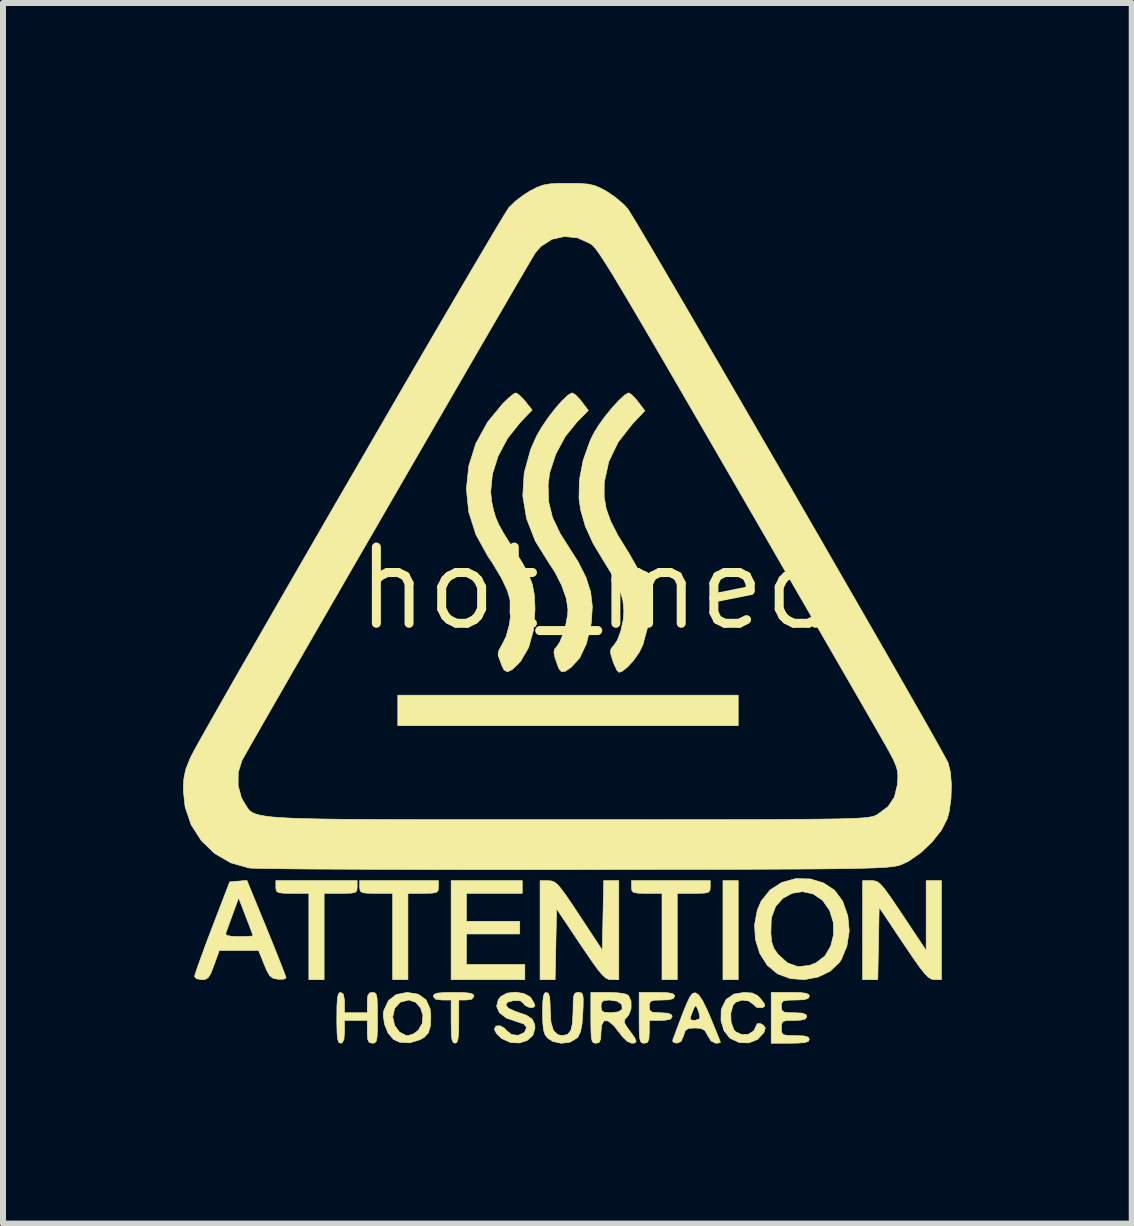
<source format=kicad_pcb>
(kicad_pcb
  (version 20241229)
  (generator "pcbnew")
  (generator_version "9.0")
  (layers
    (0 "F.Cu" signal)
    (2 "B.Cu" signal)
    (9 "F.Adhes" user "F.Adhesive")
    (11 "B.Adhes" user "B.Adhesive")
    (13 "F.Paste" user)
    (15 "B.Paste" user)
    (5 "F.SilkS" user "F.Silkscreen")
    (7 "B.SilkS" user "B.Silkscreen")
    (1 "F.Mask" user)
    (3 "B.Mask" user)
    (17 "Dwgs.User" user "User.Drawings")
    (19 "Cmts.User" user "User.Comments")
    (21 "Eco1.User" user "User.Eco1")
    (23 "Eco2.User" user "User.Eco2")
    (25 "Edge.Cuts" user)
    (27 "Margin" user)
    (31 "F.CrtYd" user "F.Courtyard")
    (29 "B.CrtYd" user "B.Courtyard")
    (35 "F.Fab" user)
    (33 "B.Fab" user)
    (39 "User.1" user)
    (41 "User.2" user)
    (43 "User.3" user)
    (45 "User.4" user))
  (footprint "hot_med"
    (layer "F.Cu")
    (at 6.881 6.757)
    (property "Reference" "hot_med" (at 0 0 0) (layer "F.SilkS") (effects (font (size 1.27 1.27) (thickness 0.15))))
    (attr through_hole)
    (fp_poly (pts (xy 2.371 2.286) (xy -3.302 2.286) (xy -3.302 1.778) (xy 2.371 1.778) (xy 2.371 2.286)) (stroke (width 0.01) (type solid)) (fill yes) (layer "F.SilkS"))
    (fp_poly (pts (xy 2.371 6.519) (xy 2.117 6.519) (xy 2.117 4.868) (xy 2.371 4.868) (xy 2.371 6.519)) (stroke (width 0.01) (type solid)) (fill yes) (layer "F.SilkS"))
    (fp_poly (pts (xy -1.228 5.08) (xy -2.159 5.08) (xy -2.159 5.546) (xy -1.27 5.546) (xy -1.27 5.757) (xy -2.159 5.757) (xy -2.159 6.265) (xy -1.185 6.265) (xy -1.185 6.519) (xy -2.413 6.519) (xy -2.413 4.868) (xy -1.228 4.868) (xy -1.228 5.08)) (stroke (width 0.01) (type solid)) (fill yes) (layer "F.SilkS"))
    (fp_poly (pts (xy -3.979 4.974) (xy -3.984 5.031) (xy -4.011 5.063) (xy -4.08 5.077) (xy -4.21 5.08) (xy -4.255 5.08) (xy -4.53 5.08) (xy -4.53 6.519) (xy -4.784 6.519) (xy -4.784 5.08) (xy -5.059 5.08) (xy -5.207 5.078) (xy -5.289 5.068) (xy -5.325 5.041) (xy -5.334 4.991) (xy -5.334 4.974) (xy -5.334 4.868) (xy -3.979 4.868) (xy -3.979 4.974)) (stroke (width 0.01) (type solid)) (fill yes) (layer "F.SilkS"))
    (fp_poly (pts (xy -2.625 4.974) (xy -2.63 5.033) (xy -2.659 5.064) (xy -2.733 5.077) (xy -2.87 5.08) (xy -2.879 5.08) (xy -3.133 5.08) (xy -3.133 6.519) (xy -3.387 6.519) (xy -3.387 5.08) (xy -3.662 5.08) (xy -3.81 5.078) (xy -3.892 5.068) (xy -3.928 5.041) (xy -3.937 4.991) (xy -3.937 4.974) (xy -3.937 4.868) (xy -2.625 4.868) (xy -2.625 4.974)) (stroke (width 0.01) (type solid)) (fill yes) (layer "F.SilkS"))
    (fp_poly (pts (xy 1.905 4.974) (xy 1.9 5.031) (xy 1.873 5.063) (xy 1.804 5.077) (xy 1.675 5.08) (xy 1.63 5.08) (xy 1.355 5.08) (xy 1.355 6.519) (xy 1.101 6.519) (xy 1.101 5.08) (xy 0.847 5.08) (xy 0.706 5.078) (xy 0.63 5.066) (xy 0.599 5.035) (xy 0.593 4.978) (xy 0.593 4.974) (xy 0.593 4.868) (xy 1.905 4.868) (xy 1.905 4.974)) (stroke (width 0.01) (type solid)) (fill yes) (layer "F.SilkS"))
    (fp_poly (pts (xy -2.197 6.734) (xy -2.093 6.745) (xy -2.043 6.766) (xy -2.032 6.795) (xy -2.07 6.845) (xy -2.159 6.858) (xy -2.286 6.858) (xy -2.286 7.218) (xy -2.289 7.398) (xy -2.299 7.508) (xy -2.318 7.563) (xy -2.349 7.578) (xy -2.381 7.562) (xy -2.401 7.506) (xy -2.41 7.395) (xy -2.413 7.218) (xy -2.413 6.858) (xy -2.561 6.858) (xy -2.671 6.844) (xy -2.709 6.8) (xy -2.709 6.795) (xy -2.693 6.762) (xy -2.636 6.742) (xy -2.521 6.733) (xy -2.371 6.731) (xy -2.197 6.734)) (stroke (width 0.01) (type solid)) (fill yes) (layer "F.SilkS"))
    (fp_poly (pts (xy 4.642 4.872) (xy 4.691 4.889) (xy 4.743 4.93) (xy 4.808 5.005) (xy 4.895 5.123) (xy 5.013 5.296) (xy 5.116 5.45) (xy 5.503 6.032) (xy 5.503 5.45) (xy 5.503 4.868) (xy 5.757 4.868) (xy 5.757 6.519) (xy 5.641 6.518) (xy 5.593 6.51) (xy 5.543 6.481) (xy 5.482 6.421) (xy 5.402 6.321) (xy 5.295 6.17) (xy 5.152 5.959) (xy 5.122 5.915) (xy 4.72 5.313) (xy 4.697 6.519) (xy 4.445 6.519) (xy 4.445 4.868) (xy 4.587 4.868) (xy 4.642 4.872)) (stroke (width 0.01) (type solid)) (fill yes) (layer "F.SilkS"))
    (fp_poly (pts (xy 0.381 6.519) (xy 0.259 6.519) (xy 0.209 6.513) (xy 0.16 6.488) (xy 0.102 6.435) (xy 0.027 6.343) (xy -0.074 6.203) (xy -0.209 6.004) (xy -0.26 5.929) (xy -0.656 5.338) (xy -0.668 5.929) (xy -0.68 6.519) (xy -0.931 6.519) (xy -0.931 4.868) (xy -0.794 4.869) (xy -0.74 4.874) (xy -0.691 4.893) (xy -0.637 4.936) (xy -0.571 5.015) (xy -0.481 5.139) (xy -0.36 5.319) (xy -0.275 5.448) (xy 0.106 6.026) (xy 0.118 5.447) (xy 0.129 4.868) (xy 0.381 4.868) (xy 0.381 6.519)) (stroke (width 0.01) (type solid)) (fill yes) (layer "F.SilkS"))
    (fp_poly (pts (xy 1.177 6.735) (xy 1.269 6.748) (xy 1.308 6.775) (xy 1.312 6.795) (xy 1.29 6.834) (xy 1.211 6.854) (xy 1.101 6.858) (xy 0.975 6.861) (xy 0.912 6.879) (xy 0.891 6.921) (xy 0.889 6.964) (xy 0.897 7.029) (xy 0.936 7.06) (xy 1.028 7.069) (xy 1.079 7.07) (xy 1.205 7.078) (xy 1.262 7.106) (xy 1.27 7.133) (xy 1.245 7.175) (xy 1.16 7.194) (xy 1.079 7.197) (xy 0.889 7.197) (xy 0.889 7.387) (xy 0.883 7.506) (xy 0.86 7.563) (xy 0.81 7.578) (xy 0.804 7.578) (xy 0.766 7.572) (xy 0.741 7.544) (xy 0.727 7.479) (xy 0.721 7.362) (xy 0.72 7.177) (xy 0.72 7.154) (xy 0.72 6.731) (xy 1.016 6.731) (xy 1.177 6.735)) (stroke (width 0.01) (type solid)) (fill yes) (layer "F.SilkS"))
    (fp_poly (pts (xy -2.959 6.762) (xy -2.831 6.855) (xy -2.763 7.007) (xy -2.752 7.128) (xy -2.76 7.296) (xy -2.792 7.404) (xy -2.859 7.477) (xy -2.924 7.516) (xy -3.101 7.571) (xy -3.272 7.561) (xy -3.374 7.514) (xy -3.463 7.41) (xy -3.524 7.26) (xy -3.54 7.14) (xy -3.387 7.14) (xy -3.355 7.28) (xy -3.275 7.391) (xy -3.165 7.448) (xy -3.133 7.451) (xy -3.041 7.422) (xy -2.963 7.366) (xy -2.895 7.25) (xy -2.883 7.117) (xy -2.921 6.992) (xy -3.001 6.897) (xy -3.115 6.858) (xy -3.121 6.858) (xy -3.261 6.894) (xy -3.354 6.995) (xy -3.387 7.14) (xy -3.54 7.14) (xy -3.544 7.103) (xy -3.536 7.036) (xy -3.458 6.868) (xy -3.327 6.766) (xy -3.146 6.731) (xy -3.145 6.731) (xy -2.959 6.762)) (stroke (width 0.01) (type solid)) (fill yes) (layer "F.SilkS"))
    (fp_poly (pts (xy -0.248 6.736) (xy -0.222 6.764) (xy -0.212 6.831) (xy -0.213 6.955) (xy -0.218 7.065) (xy -0.232 7.258) (xy -0.257 7.386) (xy -0.298 7.47) (xy -0.314 7.489) (xy -0.428 7.559) (xy -0.576 7.579) (xy -0.72 7.548) (xy -0.804 7.493) (xy -0.848 7.435) (xy -0.874 7.355) (xy -0.886 7.231) (xy -0.889 7.07) (xy -0.886 6.896) (xy -0.875 6.792) (xy -0.854 6.742) (xy -0.826 6.731) (xy -0.791 6.749) (xy -0.771 6.812) (xy -0.763 6.936) (xy -0.762 7.024) (xy -0.749 7.232) (xy -0.708 7.367) (xy -0.634 7.436) (xy -0.556 7.451) (xy -0.472 7.431) (xy -0.418 7.365) (xy -0.39 7.24) (xy -0.381 7.043) (xy -0.381 7.04) (xy -0.379 6.881) (xy -0.37 6.788) (xy -0.348 6.744) (xy -0.309 6.731) (xy -0.292 6.731) (xy -0.248 6.736)) (stroke (width 0.01) (type solid)) (fill yes) (layer "F.SilkS"))
    (fp_poly (pts (xy 2.607 6.742) (xy 2.695 6.785) (xy 2.751 6.846) (xy 2.808 6.924) (xy 2.813 6.963) (xy 2.768 6.987) (xy 2.765 6.988) (xy 2.677 6.979) (xy 2.633 6.937) (xy 2.546 6.874) (xy 2.434 6.859) (xy 2.331 6.893) (xy 2.287 6.94) (xy 2.247 7.078) (xy 2.252 7.227) (xy 2.298 7.352) (xy 2.327 7.386) (xy 2.429 7.434) (xy 2.54 7.428) (xy 2.628 7.374) (xy 2.655 7.322) (xy 2.688 7.251) (xy 2.744 7.252) (xy 2.788 7.277) (xy 2.823 7.324) (xy 2.798 7.402) (xy 2.797 7.402) (xy 2.693 7.515) (xy 2.549 7.572) (xy 2.388 7.567) (xy 2.237 7.496) (xy 2.23 7.491) (xy 2.134 7.368) (xy 2.084 7.201) (xy 2.087 7.025) (xy 2.092 7.005) (xy 2.167 6.851) (xy 2.298 6.759) (xy 2.473 6.731) (xy 2.607 6.742)) (stroke (width 0.01) (type solid)) (fill yes) (layer "F.SilkS"))
    (fp_poly (pts (xy 3.406 6.734) (xy 3.504 6.746) (xy 3.549 6.77) (xy 3.556 6.795) (xy 3.535 6.833) (xy 3.462 6.853) (xy 3.323 6.858) (xy 3.19 6.861) (xy 3.12 6.875) (xy 3.094 6.911) (xy 3.09 6.964) (xy 3.097 7.027) (xy 3.132 7.058) (xy 3.217 7.069) (xy 3.302 7.07) (xy 3.435 7.076) (xy 3.5 7.1) (xy 3.514 7.133) (xy 3.491 7.173) (xy 3.413 7.193) (xy 3.302 7.197) (xy 3.177 7.199) (xy 3.114 7.217) (xy 3.093 7.261) (xy 3.09 7.324) (xy 3.094 7.396) (xy 3.12 7.434) (xy 3.188 7.448) (xy 3.32 7.451) (xy 3.323 7.451) (xy 3.464 7.456) (xy 3.536 7.476) (xy 3.556 7.514) (xy 3.539 7.548) (xy 3.479 7.567) (xy 3.36 7.576) (xy 3.239 7.578) (xy 2.921 7.578) (xy 2.921 6.731) (xy 3.239 6.731) (xy 3.406 6.734)) (stroke (width 0.01) (type solid)) (fill yes) (layer "F.SilkS"))
    (fp_poly (pts (xy -3.687 6.737) (xy -3.662 6.764) (xy -3.648 6.829) (xy -3.642 6.947) (xy -3.641 7.132) (xy -3.641 7.154) (xy -3.642 7.347) (xy -3.647 7.47) (xy -3.66 7.54) (xy -3.684 7.57) (xy -3.721 7.578) (xy -3.725 7.578) (xy -3.778 7.565) (xy -3.803 7.513) (xy -3.81 7.401) (xy -3.81 7.387) (xy -3.81 7.197) (xy -4.191 7.197) (xy -4.191 7.387) (xy -4.199 7.513) (xy -4.228 7.57) (xy -4.255 7.578) (xy -4.284 7.564) (xy -4.303 7.512) (xy -4.314 7.41) (xy -4.318 7.242) (xy -4.318 7.154) (xy -4.316 6.957) (xy -4.308 6.83) (xy -4.293 6.76) (xy -4.268 6.733) (xy -4.255 6.731) (xy -4.21 6.759) (xy -4.192 6.852) (xy -4.191 6.9) (xy -4.191 7.07) (xy -3.81 7.07) (xy -3.81 6.9) (xy -3.803 6.79) (xy -3.774 6.741) (xy -3.725 6.731) (xy -3.687 6.737)) (stroke (width 0.01) (type solid)) (fill yes) (layer "F.SilkS"))
    (fp_poly (pts (xy 1.66 6.739) (xy 1.713 6.774) (xy 1.777 6.868) (xy 1.856 7.029) (xy 1.908 7.15) (xy 1.977 7.318) (xy 2.033 7.453) (xy 2.067 7.54) (xy 2.074 7.563) (xy 2.039 7.575) (xy 1.995 7.578) (xy 1.918 7.539) (xy 1.863 7.451) (xy 1.815 7.365) (xy 1.745 7.33) (xy 1.649 7.324) (xy 1.541 7.331) (xy 1.488 7.368) (xy 1.46 7.451) (xy 1.418 7.549) (xy 1.347 7.578) (xy 1.284 7.557) (xy 1.28 7.525) (xy 1.381 7.252) (xy 1.407 7.185) (xy 1.576 7.185) (xy 1.618 7.196) (xy 1.651 7.197) (xy 1.718 7.175) (xy 1.733 7.144) (xy 1.715 7.063) (xy 1.695 7.006) (xy 1.668 6.954) (xy 1.644 6.97) (xy 1.613 7.041) (xy 1.576 7.141) (xy 1.576 7.185) (xy 1.407 7.185) (xy 1.458 7.05) (xy 1.517 6.908) (xy 1.561 6.815) (xy 1.597 6.763) (xy 1.628 6.741) (xy 1.66 6.739) (xy 1.66 6.739)) (stroke (width 0.01) (type solid)) (fill yes) (layer "F.SilkS"))
    (fp_poly (pts (xy -1.203 6.749) (xy -1.098 6.806) (xy -1.082 6.825) (xy -1.033 6.906) (xy -1.016 6.952) (xy -1.047 6.984) (xy -1.113 6.98) (xy -1.179 6.949) (xy -1.202 6.919) (xy -1.259 6.871) (xy -1.365 6.866) (xy -1.472 6.893) (xy -1.502 6.94) (xy -1.458 6.995) (xy -1.343 7.048) (xy -1.318 7.056) (xy -1.155 7.113) (xy -1.061 7.178) (xy -1.021 7.264) (xy -1.016 7.326) (xy -1.052 7.448) (xy -1.146 7.532) (xy -1.276 7.573) (xy -1.423 7.566) (xy -1.564 7.503) (xy -1.582 7.49) (xy -1.659 7.413) (xy -1.693 7.345) (xy -1.693 7.342) (xy -1.665 7.291) (xy -1.598 7.287) (xy -1.524 7.327) (xy -1.491 7.366) (xy -1.406 7.434) (xy -1.295 7.446) (xy -1.198 7.401) (xy -1.187 7.389) (xy -1.155 7.313) (xy -1.203 7.256) (xy -1.323 7.217) (xy -1.496 7.157) (xy -1.609 7.069) (xy -1.655 6.963) (xy -1.627 6.852) (xy -1.584 6.798) (xy -1.481 6.743) (xy -1.342 6.727) (xy -1.203 6.749)) (stroke (width 0.01) (type solid)) (fill yes) (layer "F.SilkS"))
    (fp_poly (pts (xy 3.573 4.84) (xy 3.793 4.907) (xy 3.979 5.03) (xy 4.112 5.211) (xy 4.198 5.457) (xy 4.221 5.707) (xy 4.182 5.96) (xy 4.089 6.184) (xy 4.06 6.228) (xy 3.905 6.377) (xy 3.702 6.475) (xy 3.473 6.518) (xy 3.24 6.501) (xy 3.027 6.422) (xy 2.855 6.279) (xy 2.73 6.082) (xy 2.658 5.85) (xy 2.652 5.748) (xy 2.915 5.748) (xy 2.929 5.891) (xy 2.966 5.999) (xy 3.032 6.094) (xy 3.034 6.097) (xy 3.195 6.241) (xy 3.368 6.302) (xy 3.559 6.281) (xy 3.668 6.238) (xy 3.814 6.126) (xy 3.912 5.962) (xy 3.96 5.768) (xy 3.955 5.562) (xy 3.895 5.366) (xy 3.778 5.198) (xy 3.777 5.197) (xy 3.618 5.089) (xy 3.442 5.052) (xy 3.269 5.079) (xy 3.114 5.164) (xy 2.994 5.299) (xy 2.928 5.478) (xy 2.92 5.546) (xy 2.915 5.748) (xy 2.652 5.748) (xy 2.643 5.603) (xy 2.689 5.359) (xy 2.754 5.209) (xy 2.902 5.024) (xy 3.099 4.898) (xy 3.328 4.835) (xy 3.573 4.84)) (stroke (width 0.01) (type solid)) (fill yes) (layer "F.SilkS"))
    (fp_poly (pts (xy -5.49 5.66) (xy -5.391 5.903) (xy -5.305 6.119) (xy -5.235 6.296) (xy -5.186 6.423) (xy -5.165 6.486) (xy -5.164 6.49) (xy -5.201 6.51) (xy -5.291 6.512) (xy -5.3 6.511) (xy -5.38 6.495) (xy -5.437 6.452) (xy -5.488 6.361) (xy -5.528 6.265) (xy -5.622 6.032) (xy -6.277 6.032) (xy -6.364 6.276) (xy -6.417 6.412) (xy -6.462 6.485) (xy -6.514 6.515) (xy -6.57 6.519) (xy -6.657 6.503) (xy -6.689 6.466) (xy -6.674 6.412) (xy -6.633 6.291) (xy -6.571 6.119) (xy -6.493 5.906) (xy -6.432 5.747) (xy -6.17 5.747) (xy -6.156 5.779) (xy -6.076 5.796) (xy -5.952 5.8) (xy -5.823 5.798) (xy -5.737 5.793) (xy -5.715 5.788) (xy -5.729 5.746) (xy -5.766 5.645) (xy -5.82 5.505) (xy -5.835 5.466) (xy -5.954 5.155) (xy -6.052 5.424) (xy -6.105 5.569) (xy -6.147 5.686) (xy -6.17 5.747) (xy -6.432 5.747) (xy -6.402 5.668) (xy -6.396 5.651) (xy -6.103 4.889) (xy -5.96 4.877) (xy -5.817 4.864) (xy -5.49 5.66)) (stroke (width 0.01) (type solid)) (fill yes) (layer "F.SilkS"))
    (fp_poly (pts (xy 0.368 6.738) (xy 0.49 6.758) (xy 0.542 6.782) (xy 0.585 6.876) (xy 0.586 6.999) (xy 0.546 7.107) (xy 0.529 7.127) (xy 0.481 7.183) (xy 0.474 7.233) (xy 0.513 7.304) (xy 0.572 7.383) (xy 0.649 7.492) (xy 0.671 7.551) (xy 0.641 7.575) (xy 0.596 7.578) (xy 0.52 7.545) (xy 0.437 7.464) (xy 0.42 7.44) (xy 0.299 7.285) (xy 0.203 7.207) (xy 0.134 7.205) (xy 0.094 7.28) (xy 0.085 7.387) (xy 0.079 7.506) (xy 0.056 7.563) (xy 0.006 7.578) (xy 0 7.578) (xy -0.039 7.572) (xy -0.063 7.544) (xy -0.077 7.479) (xy -0.083 7.362) (xy -0.085 7.177) (xy -0.085 7.154) (xy -0.085 6.964) (xy 0.085 6.964) (xy 0.094 7.033) (xy 0.139 7.063) (xy 0.243 7.07) (xy 0.249 7.07) (xy 0.373 7.055) (xy 0.435 7.015) (xy 0.437 7.011) (xy 0.431 6.932) (xy 0.356 6.878) (xy 0.224 6.858) (xy 0.128 6.867) (xy 0.09 6.907) (xy 0.085 6.964) (xy -0.085 6.964) (xy -0.085 6.731) (xy 0.203 6.731) (xy 0.368 6.738)) (stroke (width 0.01) (type solid)) (fill yes) (layer "F.SilkS"))
    (fp_poly (pts (xy -0.343 -3.229) (xy -0.267 -3.151) (xy -0.237 -3.113) (xy -0.126 -2.967) (xy -0.31 -2.782) (xy -0.512 -2.532) (xy -0.669 -2.24) (xy -0.769 -1.934) (xy -0.797 -1.731) (xy -0.789 -1.45) (xy -0.724 -1.185) (xy -0.596 -0.916) (xy -0.485 -0.74) (xy -0.295 -0.442) (xy -0.164 -0.181) (xy -0.088 0.06) (xy -0.06 0.299) (xy -0.076 0.554) (xy -0.085 0.615) (xy -0.158 0.918) (xy -0.268 1.153) (xy -0.407 1.308) (xy -0.51 1.379) (xy -0.574 1.387) (xy -0.618 1.333) (xy -0.63 1.302) (xy -0.682 1.155) (xy -0.7 1.064) (xy -0.688 1.008) (xy -0.657 0.975) (xy -0.603 0.895) (xy -0.548 0.76) (xy -0.501 0.598) (xy -0.472 0.439) (xy -0.466 0.353) (xy -0.494 0.165) (xy -0.572 -0.055) (xy -0.688 -0.281) (xy -0.778 -0.417) (xy -1.01 -0.79) (xy -1.156 -1.165) (xy -1.219 -1.543) (xy -1.196 -1.924) (xy -1.09 -2.311) (xy -0.991 -2.537) (xy -0.904 -2.688) (xy -0.795 -2.848) (xy -0.676 -3.002) (xy -0.561 -3.132) (xy -0.464 -3.224) (xy -0.396 -3.26) (xy -0.394 -3.26) (xy -0.343 -3.229)) (stroke (width 0.01) (type solid)) (fill yes) (layer "F.SilkS"))
    (fp_poly (pts (xy -1.284 -3.229) (xy -1.207 -3.153) (xy -1.177 -3.117) (xy -1.063 -2.974) (xy -1.262 -2.767) (xy -1.473 -2.502) (xy -1.629 -2.209) (xy -1.725 -1.907) (xy -1.754 -1.613) (xy -1.738 -1.45) (xy -1.707 -1.305) (xy -1.67 -1.182) (xy -1.617 -1.061) (xy -1.539 -0.92) (xy -1.426 -0.741) (xy -1.359 -0.639) (xy -1.218 -0.414) (xy -1.12 -0.231) (xy -1.06 -0.068) (xy -1.028 0.099) (xy -1.017 0.295) (xy -1.016 0.363) (xy -1.043 0.702) (xy -1.123 0.986) (xy -1.253 1.209) (xy -1.287 1.247) (xy -1.398 1.353) (xy -1.476 1.389) (xy -1.531 1.358) (xy -1.569 1.281) (xy -1.607 1.176) (xy -1.631 1.109) (xy -1.621 1.04) (xy -1.571 0.946) (xy -1.566 0.94) (xy -1.497 0.801) (xy -1.445 0.614) (xy -1.417 0.414) (xy -1.42 0.237) (xy -1.423 0.214) (xy -1.477 0.031) (xy -1.579 -0.184) (xy -1.735 -0.441) (xy -1.801 -0.538) (xy -2.001 -0.9) (xy -2.12 -1.276) (xy -2.159 -1.66) (xy -2.119 -2.042) (xy -2.002 -2.415) (xy -1.807 -2.77) (xy -1.553 -3.08) (xy -1.453 -3.176) (xy -1.372 -3.242) (xy -1.335 -3.26) (xy -1.284 -3.229)) (stroke (width 0.01) (type solid)) (fill yes) (layer "F.SilkS"))
    (fp_poly (pts (xy 0.595 -3.229) (xy 0.67 -3.151) (xy 0.702 -3.111) (xy 0.815 -2.962) (xy 0.606 -2.74) (xy 0.369 -2.437) (xy 0.214 -2.114) (xy 0.14 -1.775) (xy 0.138 -1.745) (xy 0.137 -1.534) (xy 0.17 -1.333) (xy 0.244 -1.124) (xy 0.363 -0.89) (xy 0.535 -0.612) (xy 0.541 -0.603) (xy 0.73 -0.272) (xy 0.845 0.04) (xy 0.886 0.345) (xy 0.858 0.66) (xy 0.781 0.941) (xy 0.72 1.066) (xy 0.629 1.196) (xy 0.528 1.308) (xy 0.434 1.381) (xy 0.384 1.397) (xy 0.349 1.361) (xy 0.305 1.268) (xy 0.283 1.21) (xy 0.247 1.093) (xy 0.243 1.024) (xy 0.272 0.976) (xy 0.296 0.953) (xy 0.36 0.856) (xy 0.416 0.703) (xy 0.454 0.526) (xy 0.465 0.373) (xy 0.449 0.198) (xy 0.397 0.019) (xy 0.3 -0.181) (xy 0.151 -0.422) (xy 0.147 -0.429) (xy -0.046 -0.749) (xy -0.177 -1.037) (xy -0.256 -1.315) (xy -0.282 -1.5) (xy -0.276 -1.806) (xy -0.213 -2.136) (xy -0.098 -2.46) (xy -0.036 -2.588) (xy 0.046 -2.721) (xy 0.153 -2.869) (xy 0.271 -3.013) (xy 0.385 -3.137) (xy 0.481 -3.225) (xy 0.544 -3.26) (xy 0.546 -3.26) (xy 0.595 -3.229)) (stroke (width 0.01) (type solid)) (fill yes) (layer "F.SilkS"))
    (fp_poly (pts (xy -0.269 -6.75) (xy -0.131 -6.739) (xy -0.023 -6.715) (xy 0.08 -6.671) (xy 0.164 -6.626) (xy 0.316 -6.525) (xy 0.461 -6.402) (xy 0.528 -6.33) (xy 0.564 -6.274) (xy 0.64 -6.151) (xy 0.751 -5.965) (xy 0.895 -5.722) (xy 1.068 -5.427) (xy 1.267 -5.087) (xy 1.49 -4.706) (xy 1.732 -4.29) (xy 1.991 -3.845) (xy 2.263 -3.377) (xy 2.546 -2.889) (xy 2.836 -2.389) (xy 3.13 -1.882) (xy 3.424 -1.372) (xy 3.716 -0.867) (xy 4.002 -0.37) (xy 4.28 0.112) (xy 4.545 0.573) (xy 4.796 1.009) (xy 5.028 1.414) (xy 5.238 1.782) (xy 5.424 2.108) (xy 5.582 2.386) (xy 5.708 2.611) (xy 5.8 2.777) (xy 5.855 2.879) (xy 5.869 2.906) (xy 5.908 3.065) (xy 5.924 3.273) (xy 5.917 3.5) (xy 5.887 3.715) (xy 5.856 3.834) (xy 5.758 4.026) (xy 5.603 4.223) (xy 5.413 4.403) (xy 5.212 4.543) (xy 5.101 4.596) (xy 5.068 4.608) (xy 5.03 4.619) (xy 4.983 4.629) (xy 4.923 4.637) (xy 4.844 4.645) (xy 4.744 4.651) (xy 4.616 4.657) (xy 4.456 4.662) (xy 4.26 4.666) (xy 4.023 4.67) (xy 3.741 4.673) (xy 3.409 4.675) (xy 3.021 4.677) (xy 2.575 4.679) (xy 2.065 4.68) (xy 1.487 4.681) (xy 0.836 4.682) (xy 0.107 4.683) (xy -0.339 4.684) (xy -1.001 4.684) (xy -1.643 4.684) (xy -2.258 4.684) (xy -2.842 4.683) (xy -3.388 4.681) (xy -3.893 4.679) (xy -4.349 4.677) (xy -4.752 4.675) (xy -5.097 4.672) (xy -5.378 4.668) (xy -5.589 4.665) (xy -5.726 4.661) (xy -5.779 4.658) (xy -6.085 4.572) (xy -6.354 4.416) (xy -6.576 4.202) (xy -6.744 3.941) (xy -6.846 3.643) (xy -6.876 3.365) (xy -6.873 3.283) (xy -5.963 3.283) (xy -5.908 3.486) (xy -5.866 3.561) (xy -5.839 3.604) (xy -5.816 3.642) (xy -5.792 3.677) (xy -5.764 3.707) (xy -5.725 3.734) (xy -5.673 3.757) (xy -5.602 3.777) (xy -5.509 3.793) (xy -5.387 3.808) (xy -5.233 3.819) (xy -5.043 3.829) (xy -4.811 3.836) (xy -4.534 3.842) (xy -4.206 3.846) (xy -3.824 3.848) (xy -3.382 3.85) (xy -2.876 3.851) (xy -2.302 3.851) (xy -1.654 3.851) (xy -0.93 3.851) (xy -0.471 3.851) (xy 0.285 3.851) (xy 0.961 3.852) (xy 1.562 3.851) (xy 2.092 3.851) (xy 2.556 3.85) (xy 2.958 3.849) (xy 3.304 3.847) (xy 3.597 3.845) (xy 3.842 3.842) (xy 4.045 3.839) (xy 4.209 3.834) (xy 4.34 3.829) (xy 4.442 3.823) (xy 4.519 3.816) (xy 4.576 3.807) (xy 4.618 3.798) (xy 4.649 3.787) (xy 4.675 3.775) (xy 4.693 3.765) (xy 4.868 3.635) (xy 4.974 3.476) (xy 5.024 3.268) (xy 5.028 3.219) (xy 5.032 3.127) (xy 5.026 3.047) (xy 5.005 2.965) (xy 4.963 2.864) (xy 4.893 2.73) (xy 4.79 2.547) (xy 4.712 2.411) (xy 4.19 1.506) (xy 3.708 0.671) (xy 3.265 -0.096) (xy 2.86 -0.799) (xy 2.489 -1.44) (xy 2.153 -2.022) (xy 1.848 -2.548) (xy 1.574 -3.021) (xy 1.329 -3.443) (xy 1.111 -3.819) (xy 0.917 -4.15) (xy 0.748 -4.439) (xy 0.6 -4.69) (xy 0.472 -4.906) (xy 0.363 -5.088) (xy 0.271 -5.241) (xy 0.193 -5.366) (xy 0.129 -5.467) (xy 0.076 -5.547) (xy 0.034 -5.609) (xy -0.001 -5.656) (xy -0.029 -5.689) (xy -0.052 -5.714) (xy -0.072 -5.731) (xy -0.091 -5.744) (xy -0.092 -5.745) (xy -0.304 -5.843) (xy -0.524 -5.866) (xy -0.734 -5.819) (xy -0.916 -5.702) (xy -1.006 -5.6) (xy -1.037 -5.549) (xy -1.107 -5.432) (xy -1.212 -5.252) (xy -1.35 -5.016) (xy -1.516 -4.73) (xy -1.709 -4.398) (xy -1.924 -4.028) (xy -2.158 -3.624) (xy -2.408 -3.192) (xy -2.671 -2.738) (xy -2.943 -2.268) (xy -3.221 -1.787) (xy -3.502 -1.301) (xy -3.782 -0.816) (xy -4.059 -0.338) (xy -4.328 0.129) (xy -4.587 0.577) (xy -4.832 1.002) (xy -5.06 1.398) (xy -5.267 1.759) (xy -5.451 2.079) (xy -5.608 2.353) (xy -5.735 2.575) (xy -5.828 2.739) (xy -5.885 2.84) (xy -5.899 2.866) (xy -5.961 3.065) (xy -5.963 3.283) (xy -6.873 3.283) (xy -6.868 3.176) (xy -6.838 3.021) (xy -6.773 2.856) (xy -6.745 2.794) (xy -6.701 2.71) (xy -6.619 2.561) (xy -6.501 2.352) (xy -6.352 2.088) (xy -6.174 1.775) (xy -5.971 1.418) (xy -5.744 1.024) (xy -5.499 0.597) (xy -5.238 0.143) (xy -4.964 -0.333) (xy -4.68 -0.824) (xy -4.391 -1.326) (xy -4.097 -1.832) (xy -3.804 -2.338) (xy -3.514 -2.838) (xy -3.231 -3.326) (xy -2.957 -3.797) (xy -2.696 -4.245) (xy -2.451 -4.664) (xy -2.225 -5.05) (xy -2.021 -5.397) (xy -1.843 -5.698) (xy -1.694 -5.95) (xy -1.577 -6.145) (xy -1.495 -6.279) (xy -1.452 -6.346) (xy -1.448 -6.351) (xy -1.34 -6.456) (xy -1.193 -6.566) (xy -1.096 -6.626) (xy -0.98 -6.686) (xy -0.878 -6.723) (xy -0.764 -6.743) (xy -0.612 -6.751) (xy -0.466 -6.752) (xy -0.269 -6.75)) (stroke (width 0.01) (type solid)) (fill yes) (layer "F.SilkS")))
  (gr_rect
    (start -3 -3)
    (end 15.81 17.341)
    (stroke (width 0.1) (type default))
    (fill no)
    (layer "Edge.Cuts")))
</source>
